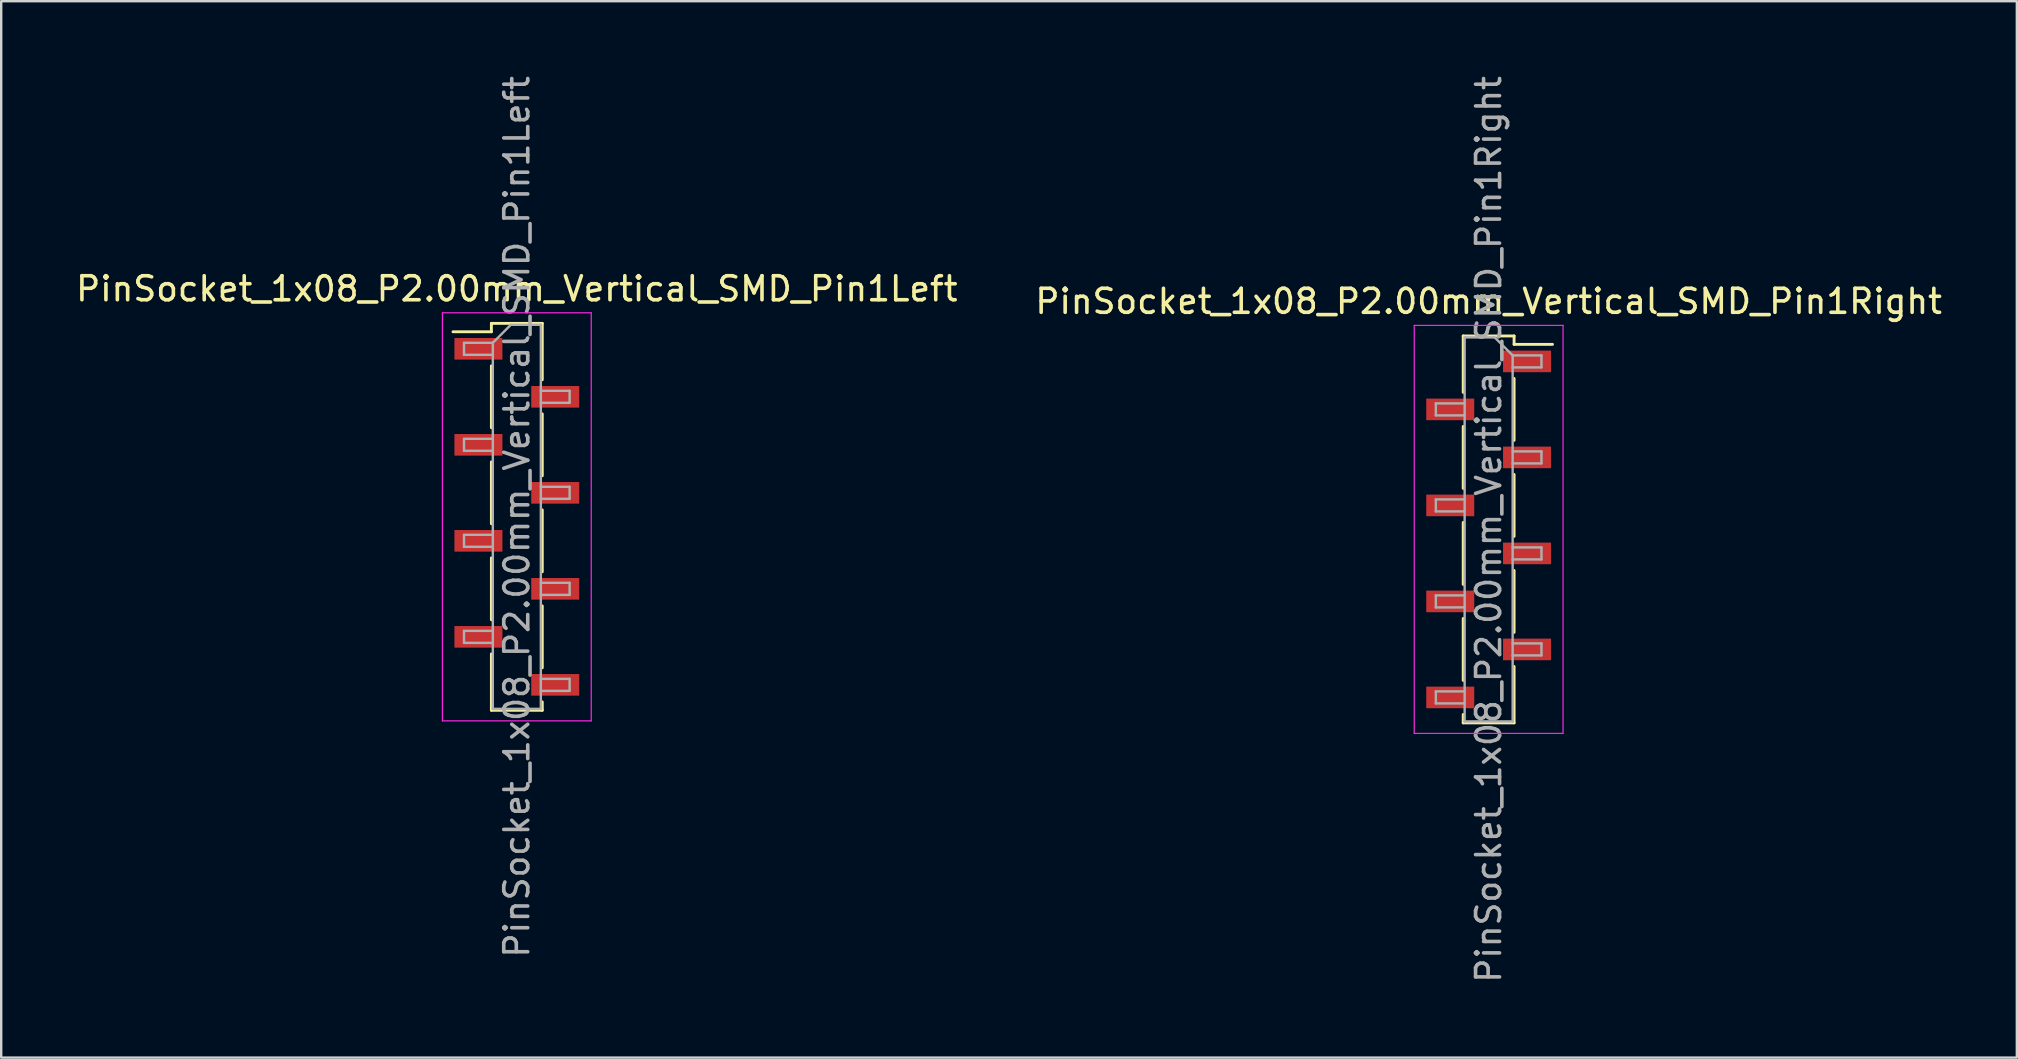
<source format=kicad_pcb>
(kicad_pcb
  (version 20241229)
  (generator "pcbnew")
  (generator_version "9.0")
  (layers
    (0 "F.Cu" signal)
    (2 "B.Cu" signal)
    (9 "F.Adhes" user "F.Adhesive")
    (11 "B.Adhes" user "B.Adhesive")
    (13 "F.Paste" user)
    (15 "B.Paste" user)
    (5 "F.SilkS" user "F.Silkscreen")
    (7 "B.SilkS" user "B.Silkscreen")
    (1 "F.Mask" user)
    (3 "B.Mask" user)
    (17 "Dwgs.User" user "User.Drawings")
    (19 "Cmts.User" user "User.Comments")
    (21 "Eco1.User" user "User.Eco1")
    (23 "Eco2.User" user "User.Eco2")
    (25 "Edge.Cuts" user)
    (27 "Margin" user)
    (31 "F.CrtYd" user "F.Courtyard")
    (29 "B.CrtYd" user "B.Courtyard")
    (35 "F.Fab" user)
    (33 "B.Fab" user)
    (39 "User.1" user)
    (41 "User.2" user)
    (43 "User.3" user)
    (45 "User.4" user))
  (footprint "PinSocket_1x08_P2.00mm_Vertical_SMD_Pin1Right"
    (layer "F.Cu")
    (at 58.97 19.006)
    (property "Reference" "PinSocket_1x08_P2.00mm_Vertical_SMD_Pin1Right" (at 0 -9.5 0) (layer "F.SilkS") (effects (font (size 1 1) (thickness 0.15))))
    (attr smd)
    (fp_line (start -1.06 -8.06) (end -1.06 -5.71) (stroke (width 0.12) (type solid)) (layer "F.SilkS"))
    (fp_line (start -1.06 -8.06) (end 1.06 -8.06) (stroke (width 0.12) (type solid)) (layer "F.SilkS"))
    (fp_line (start -1.06 -4.29) (end -1.06 -1.71) (stroke (width 0.12) (type solid)) (layer "F.SilkS"))
    (fp_line (start -1.06 -0.29) (end -1.06 2.29) (stroke (width 0.12) (type solid)) (layer "F.SilkS"))
    (fp_line (start -1.06 3.71) (end -1.06 6.29) (stroke (width 0.12) (type solid)) (layer "F.SilkS"))
    (fp_line (start -1.06 8.06) (end -1.06 7.71) (stroke (width 0.12) (type solid)) (layer "F.SilkS"))
    (fp_line (start 1.06 -8.06) (end 1.06 -7.71) (stroke (width 0.12) (type solid)) (layer "F.SilkS"))
    (fp_line (start 1.06 -7.71) (end 2.66 -7.71) (stroke (width 0.12) (type solid)) (layer "F.SilkS"))
    (fp_line (start 1.06 -6.29) (end 1.06 -3.71) (stroke (width 0.12) (type solid)) (layer "F.SilkS"))
    (fp_line (start 1.06 -2.29) (end 1.06 0.29) (stroke (width 0.12) (type solid)) (layer "F.SilkS"))
    (fp_line (start 1.06 1.71) (end 1.06 4.29) (stroke (width 0.12) (type solid)) (layer "F.SilkS"))
    (fp_line (start 1.06 5.71) (end 1.06 8.06) (stroke (width 0.12) (type solid)) (layer "F.SilkS"))
    (fp_line (start 1.06 8.06) (end -1.06 8.06) (stroke (width 0.12) (type solid)) (layer "F.SilkS"))
    (fp_line (start -3.1 -8.5) (end 3.1 -8.5) (stroke (width 0.05) (type solid)) (layer "F.CrtYd"))
    (fp_line (start -3.1 8.5) (end -3.1 -8.5) (stroke (width 0.05) (type solid)) (layer "F.CrtYd"))
    (fp_line (start 3.1 -8.5) (end 3.1 8.5) (stroke (width 0.05) (type solid)) (layer "F.CrtYd"))
    (fp_line (start 3.1 8.5) (end -3.1 8.5) (stroke (width 0.05) (type solid)) (layer "F.CrtYd"))
    (fp_line (start -2.2 -5.25) (end -1 -5.25) (stroke (width 0.1) (type solid)) (layer "F.Fab"))
    (fp_line (start -2.2 -4.75) (end -2.2 -5.25) (stroke (width 0.1) (type solid)) (layer "F.Fab"))
    (fp_line (start -2.2 -1.25) (end -1 -1.25) (stroke (width 0.1) (type solid)) (layer "F.Fab"))
    (fp_line (start -2.2 -0.75) (end -2.2 -1.25) (stroke (width 0.1) (type solid)) (layer "F.Fab"))
    (fp_line (start -2.2 2.75) (end -1 2.75) (stroke (width 0.1) (type solid)) (layer "F.Fab"))
    (fp_line (start -2.2 3.25) (end -2.2 2.75) (stroke (width 0.1) (type solid)) (layer "F.Fab"))
    (fp_line (start -2.2 6.75) (end -1 6.75) (stroke (width 0.1) (type solid)) (layer "F.Fab"))
    (fp_line (start -2.2 7.25) (end -2.2 6.75) (stroke (width 0.1) (type solid)) (layer "F.Fab"))
    (fp_line (start -1 -8) (end 0.25 -8) (stroke (width 0.1) (type solid)) (layer "F.Fab"))
    (fp_line (start -1 -4.75) (end -2.2 -4.75) (stroke (width 0.1) (type solid)) (layer "F.Fab"))
    (fp_line (start -1 -0.75) (end -2.2 -0.75) (stroke (width 0.1) (type solid)) (layer "F.Fab"))
    (fp_line (start -1 3.25) (end -2.2 3.25) (stroke (width 0.1) (type solid)) (layer "F.Fab"))
    (fp_line (start -1 7.25) (end -2.2 7.25) (stroke (width 0.1) (type solid)) (layer "F.Fab"))
    (fp_line (start -1 8) (end -1 -8) (stroke (width 0.1) (type solid)) (layer "F.Fab"))
    (fp_line (start 0.25 -8) (end 1 -7.25) (stroke (width 0.1) (type solid)) (layer "F.Fab"))
    (fp_line (start 1 -7.25) (end 1 8) (stroke (width 0.1) (type solid)) (layer "F.Fab"))
    (fp_line (start 1 -7.25) (end 2.2 -7.25) (stroke (width 0.1) (type solid)) (layer "F.Fab"))
    (fp_line (start 1 -3.25) (end 2.2 -3.25) (stroke (width 0.1) (type solid)) (layer "F.Fab"))
    (fp_line (start 1 0.75) (end 2.2 0.75) (stroke (width 0.1) (type solid)) (layer "F.Fab"))
    (fp_line (start 1 4.75) (end 2.2 4.75) (stroke (width 0.1) (type solid)) (layer "F.Fab"))
    (fp_line (start 1 8) (end -1 8) (stroke (width 0.1) (type solid)) (layer "F.Fab"))
    (fp_line (start 2.2 -7.25) (end 2.2 -6.75) (stroke (width 0.1) (type solid)) (layer "F.Fab"))
    (fp_line (start 2.2 -6.75) (end 1 -6.75) (stroke (width 0.1) (type solid)) (layer "F.Fab"))
    (fp_line (start 2.2 -3.25) (end 2.2 -2.75) (stroke (width 0.1) (type solid)) (layer "F.Fab"))
    (fp_line (start 2.2 -2.75) (end 1 -2.75) (stroke (width 0.1) (type solid)) (layer "F.Fab"))
    (fp_line (start 2.2 0.75) (end 2.2 1.25) (stroke (width 0.1) (type solid)) (layer "F.Fab"))
    (fp_line (start 2.2 1.25) (end 1 1.25) (stroke (width 0.1) (type solid)) (layer "F.Fab"))
    (fp_line (start 2.2 4.75) (end 2.2 5.25) (stroke (width 0.1) (type solid)) (layer "F.Fab"))
    (fp_line (start 2.2 5.25) (end 1 5.25) (stroke (width 0.1) (type solid)) (layer "F.Fab"))
    (fp_text user "${REFERENCE}" (at 0 0 90) (layer "F.Fab") (effects (font (size 1 1) (thickness 0.15))))
    (pad "1" smd rect (at 1.6 -7) (size 2 0.9) (layers "F.Cu" "F.Mask" "F.Paste"))
    (pad "2" smd rect (at -1.6 -5) (size 2 0.9) (layers "F.Cu" "F.Mask" "F.Paste"))
    (pad "3" smd rect (at 1.6 -3) (size 2 0.9) (layers "F.Cu" "F.Mask" "F.Paste"))
    (pad "4" smd rect (at -1.6 -1) (size 2 0.9) (layers "F.Cu" "F.Mask" "F.Paste"))
    (pad "5" smd rect (at 1.6 1) (size 2 0.9) (layers "F.Cu" "F.Mask" "F.Paste"))
    (pad "6" smd rect (at -1.6 3) (size 2 0.9) (layers "F.Cu" "F.Mask" "F.Paste"))
    (pad "7" smd rect (at 1.6 5) (size 2 0.9) (layers "F.Cu" "F.Mask" "F.Paste"))
    (pad "8" smd rect (at -1.6 7) (size 2 0.9) (layers "F.Cu" "F.Mask" "F.Paste")))
  (footprint "PinSocket_1x08_P2.00mm_Vertical_SMD_Pin1Left"
    (layer "F.Cu")
    (at 18.482 18.482)
    (property "Reference" "PinSocket_1x08_P2.00mm_Vertical_SMD_Pin1Left" (at 0 -9.5 0) (layer "F.SilkS") (effects (font (size 1 1) (thickness 0.15))))
    (attr smd)
    (fp_line (start -2.66 -7.71) (end -1.06 -7.71) (stroke (width 0.12) (type solid)) (layer "F.SilkS"))
    (fp_line (start -1.06 -8.06) (end 1.06 -8.06) (stroke (width 0.12) (type solid)) (layer "F.SilkS"))
    (fp_line (start -1.06 -7.71) (end -1.06 -8.06) (stroke (width 0.12) (type solid)) (layer "F.SilkS"))
    (fp_line (start -1.06 -6.29) (end -1.06 -3.71) (stroke (width 0.12) (type solid)) (layer "F.SilkS"))
    (fp_line (start -1.06 -2.29) (end -1.06 0.29) (stroke (width 0.12) (type solid)) (layer "F.SilkS"))
    (fp_line (start -1.06 1.71) (end -1.06 4.29) (stroke (width 0.12) (type solid)) (layer "F.SilkS"))
    (fp_line (start -1.06 5.71) (end -1.06 8.06) (stroke (width 0.12) (type solid)) (layer "F.SilkS"))
    (fp_line (start 1.06 -8.06) (end 1.06 -5.71) (stroke (width 0.12) (type solid)) (layer "F.SilkS"))
    (fp_line (start 1.06 -4.29) (end 1.06 -1.71) (stroke (width 0.12) (type solid)) (layer "F.SilkS"))
    (fp_line (start 1.06 -0.29) (end 1.06 2.29) (stroke (width 0.12) (type solid)) (layer "F.SilkS"))
    (fp_line (start 1.06 3.71) (end 1.06 6.29) (stroke (width 0.12) (type solid)) (layer "F.SilkS"))
    (fp_line (start 1.06 7.71) (end 1.06 8.06) (stroke (width 0.12) (type solid)) (layer "F.SilkS"))
    (fp_line (start 1.06 8.06) (end -1.06 8.06) (stroke (width 0.12) (type solid)) (layer "F.SilkS"))
    (fp_line (start -3.1 -8.5) (end 3.1 -8.5) (stroke (width 0.05) (type solid)) (layer "F.CrtYd"))
    (fp_line (start -3.1 8.5) (end -3.1 -8.5) (stroke (width 0.05) (type solid)) (layer "F.CrtYd"))
    (fp_line (start 3.1 -8.5) (end 3.1 8.5) (stroke (width 0.05) (type solid)) (layer "F.CrtYd"))
    (fp_line (start 3.1 8.5) (end -3.1 8.5) (stroke (width 0.05) (type solid)) (layer "F.CrtYd"))
    (fp_line (start -2.2 -7.25) (end -1 -7.25) (stroke (width 0.1) (type solid)) (layer "F.Fab"))
    (fp_line (start -2.2 -6.75) (end -2.2 -7.25) (stroke (width 0.1) (type solid)) (layer "F.Fab"))
    (fp_line (start -2.2 -3.25) (end -1 -3.25) (stroke (width 0.1) (type solid)) (layer "F.Fab"))
    (fp_line (start -2.2 -2.75) (end -2.2 -3.25) (stroke (width 0.1) (type solid)) (layer "F.Fab"))
    (fp_line (start -2.2 0.75) (end -1 0.75) (stroke (width 0.1) (type solid)) (layer "F.Fab"))
    (fp_line (start -2.2 1.25) (end -2.2 0.75) (stroke (width 0.1) (type solid)) (layer "F.Fab"))
    (fp_line (start -2.2 4.75) (end -1 4.75) (stroke (width 0.1) (type solid)) (layer "F.Fab"))
    (fp_line (start -2.2 5.25) (end -2.2 4.75) (stroke (width 0.1) (type solid)) (layer "F.Fab"))
    (fp_line (start -1 -7.25) (end -0.25 -8) (stroke (width 0.1) (type solid)) (layer "F.Fab"))
    (fp_line (start -1 -6.75) (end -2.2 -6.75) (stroke (width 0.1) (type solid)) (layer "F.Fab"))
    (fp_line (start -1 -2.75) (end -2.2 -2.75) (stroke (width 0.1) (type solid)) (layer "F.Fab"))
    (fp_line (start -1 1.25) (end -2.2 1.25) (stroke (width 0.1) (type solid)) (layer "F.Fab"))
    (fp_line (start -1 5.25) (end -2.2 5.25) (stroke (width 0.1) (type solid)) (layer "F.Fab"))
    (fp_line (start -1 8) (end -1 -7.25) (stroke (width 0.1) (type solid)) (layer "F.Fab"))
    (fp_line (start -0.25 -8) (end 1 -8) (stroke (width 0.1) (type solid)) (layer "F.Fab"))
    (fp_line (start 1 -8) (end 1 8) (stroke (width 0.1) (type solid)) (layer "F.Fab"))
    (fp_line (start 1 -5.25) (end 2.2 -5.25) (stroke (width 0.1) (type solid)) (layer "F.Fab"))
    (fp_line (start 1 -1.25) (end 2.2 -1.25) (stroke (width 0.1) (type solid)) (layer "F.Fab"))
    (fp_line (start 1 2.75) (end 2.2 2.75) (stroke (width 0.1) (type solid)) (layer "F.Fab"))
    (fp_line (start 1 6.75) (end 2.2 6.75) (stroke (width 0.1) (type solid)) (layer "F.Fab"))
    (fp_line (start 1 8) (end -1 8) (stroke (width 0.1) (type solid)) (layer "F.Fab"))
    (fp_line (start 2.2 -5.25) (end 2.2 -4.75) (stroke (width 0.1) (type solid)) (layer "F.Fab"))
    (fp_line (start 2.2 -4.75) (end 1 -4.75) (stroke (width 0.1) (type solid)) (layer "F.Fab"))
    (fp_line (start 2.2 -1.25) (end 2.2 -0.75) (stroke (width 0.1) (type solid)) (layer "F.Fab"))
    (fp_line (start 2.2 -0.75) (end 1 -0.75) (stroke (width 0.1) (type solid)) (layer "F.Fab"))
    (fp_line (start 2.2 2.75) (end 2.2 3.25) (stroke (width 0.1) (type solid)) (layer "F.Fab"))
    (fp_line (start 2.2 3.25) (end 1 3.25) (stroke (width 0.1) (type solid)) (layer "F.Fab"))
    (fp_line (start 2.2 6.75) (end 2.2 7.25) (stroke (width 0.1) (type solid)) (layer "F.Fab"))
    (fp_line (start 2.2 7.25) (end 1 7.25) (stroke (width 0.1) (type solid)) (layer "F.Fab"))
    (fp_text user "${REFERENCE}" (at 0 0 90) (layer "F.Fab") (effects (font (size 1 1) (thickness 0.15))))
    (pad "1" smd rect (at -1.6 -7) (size 2 0.9) (layers "F.Cu" "F.Mask" "F.Paste"))
    (pad "2" smd rect (at 1.6 -5) (size 2 0.9) (layers "F.Cu" "F.Mask" "F.Paste"))
    (pad "3" smd rect (at -1.6 -3) (size 2 0.9) (layers "F.Cu" "F.Mask" "F.Paste"))
    (pad "4" smd rect (at 1.6 -1) (size 2 0.9) (layers "F.Cu" "F.Mask" "F.Paste"))
    (pad "5" smd rect (at -1.6 1) (size 2 0.9) (layers "F.Cu" "F.Mask" "F.Paste"))
    (pad "6" smd rect (at 1.6 3) (size 2 0.9) (layers "F.Cu" "F.Mask" "F.Paste"))
    (pad "7" smd rect (at -1.6 5) (size 2 0.9) (layers "F.Cu" "F.Mask" "F.Paste"))
    (pad "8" smd rect (at 1.6 7) (size 2 0.9) (layers "F.Cu" "F.Mask" "F.Paste")))
  (gr_rect
    (start -3 -3)
    (end 80.976 41.012)
    (stroke (width 0.1) (type default))
    (fill no)
    (layer "Edge.Cuts")))
</source>
